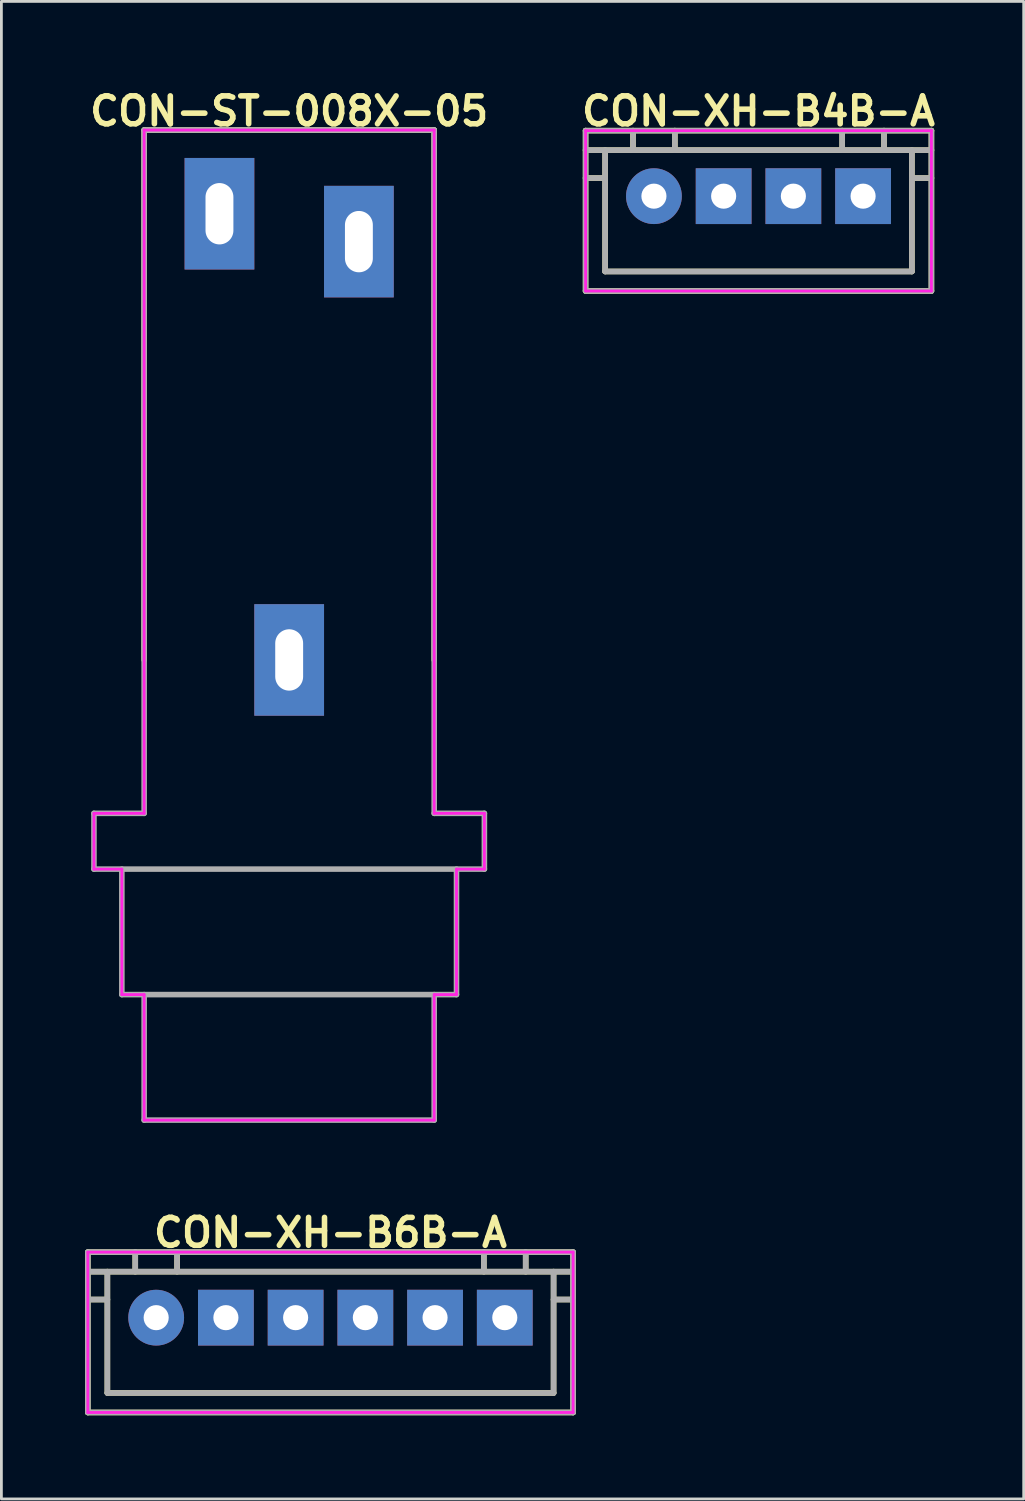
<source format=kicad_pcb>
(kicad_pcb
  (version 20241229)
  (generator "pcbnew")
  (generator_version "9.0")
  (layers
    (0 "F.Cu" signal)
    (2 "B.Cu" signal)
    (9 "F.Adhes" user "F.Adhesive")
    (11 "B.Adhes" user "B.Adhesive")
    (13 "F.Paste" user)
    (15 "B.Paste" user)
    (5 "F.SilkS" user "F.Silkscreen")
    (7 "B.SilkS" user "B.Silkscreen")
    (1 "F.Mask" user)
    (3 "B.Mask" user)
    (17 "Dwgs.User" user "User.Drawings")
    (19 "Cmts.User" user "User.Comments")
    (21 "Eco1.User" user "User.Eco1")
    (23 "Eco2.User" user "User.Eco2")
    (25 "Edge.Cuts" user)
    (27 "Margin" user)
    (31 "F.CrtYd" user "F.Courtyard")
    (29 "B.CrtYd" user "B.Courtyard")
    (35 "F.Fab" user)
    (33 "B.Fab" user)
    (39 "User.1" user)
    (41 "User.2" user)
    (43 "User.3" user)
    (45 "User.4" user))
  (footprint "CON-XH-B6B-A"
    (layer "F.Cu")
    (at 8.8 44.198)
    (property "Reference" "CON-XH-B6B-A" (at 0 -3.048 0) (layer "F.SilkS") (effects (font (size 1 1) (thickness 0.2))))
    (attr through_hole)
    (fp_line (start -8.7 -2.35) (end -8.7 3.4) (stroke (width 0.2) (type solid)) (layer "F.SilkS"))
    (fp_line (start -8.7 -2.35) (end 8.7 -2.35) (stroke (width 0.2) (type solid)) (layer "F.SilkS"))
    (fp_line (start -8.7 -1.65) (end 8.7 -1.65) (stroke (width 0.2) (type solid)) (layer "F.SilkS"))
    (fp_line (start -8.7 -0.65) (end -8 -0.65) (stroke (width 0.2) (type solid)) (layer "F.SilkS"))
    (fp_line (start -8.7 3.4) (end 8.7 3.4) (stroke (width 0.2) (type solid)) (layer "F.SilkS"))
    (fp_line (start -8 -1.65) (end -8 2.7) (stroke (width 0.2) (type solid)) (layer "F.SilkS"))
    (fp_line (start -8 2.7) (end 8 2.7) (stroke (width 0.2) (type solid)) (layer "F.SilkS"))
    (fp_line (start -7 -2.35) (end -7 -1.65) (stroke (width 0.2) (type solid)) (layer "F.SilkS"))
    (fp_line (start -5.5 -2.35) (end -5.5 -1.65) (stroke (width 0.2) (type solid)) (layer "F.SilkS"))
    (fp_line (start 5.5 -2.35) (end 5.5 -1.65) (stroke (width 0.2) (type solid)) (layer "F.SilkS"))
    (fp_line (start 7 -2.35) (end 7 -1.65) (stroke (width 0.2) (type solid)) (layer "F.SilkS"))
    (fp_line (start 8 -1.65) (end 8 2.7) (stroke (width 0.2) (type solid)) (layer "F.SilkS"))
    (fp_line (start 8 -0.65) (end 8.7 -0.65) (stroke (width 0.2) (type solid)) (layer "F.SilkS"))
    (fp_line (start 8.7 -2.35) (end 8.7 3.4) (stroke (width 0.2) (type solid)) (layer "F.SilkS"))
    (fp_line (start -8.7 -2.35) (end -8.7 3.4) (stroke (width 0.1) (type solid)) (layer "F.CrtYd"))
    (fp_line (start -8.7 -2.35) (end 8.7 -2.35) (stroke (width 0.1) (type solid)) (layer "F.CrtYd"))
    (fp_line (start -8.7 3.4) (end 8.7 3.4) (stroke (width 0.1) (type solid)) (layer "F.CrtYd"))
    (fp_line (start 8.7 -2.35) (end 8.7 3.4) (stroke (width 0.1) (type solid)) (layer "F.CrtYd"))
    (fp_line (start -8.7 -2.35) (end -8.7 3.4) (stroke (width 0.2) (type solid)) (layer "F.Fab"))
    (fp_line (start -8.7 -2.35) (end 8.7 -2.35) (stroke (width 0.2) (type solid)) (layer "F.Fab"))
    (fp_line (start -8.7 -1.65) (end 8.7 -1.65) (stroke (width 0.2) (type solid)) (layer "F.Fab"))
    (fp_line (start -8.7 -0.65) (end -8 -0.65) (stroke (width 0.2) (type solid)) (layer "F.Fab"))
    (fp_line (start -8.7 3.4) (end 8.7 3.4) (stroke (width 0.2) (type solid)) (layer "F.Fab"))
    (fp_line (start -8 -1.65) (end -8 2.7) (stroke (width 0.2) (type solid)) (layer "F.Fab"))
    (fp_line (start -8 2.7) (end 8 2.7) (stroke (width 0.2) (type solid)) (layer "F.Fab"))
    (fp_line (start -7 -2.35) (end -7 -1.65) (stroke (width 0.2) (type solid)) (layer "F.Fab"))
    (fp_line (start -5.5 -2.35) (end -5.5 -1.65) (stroke (width 0.2) (type solid)) (layer "F.Fab"))
    (fp_line (start 5.5 -2.35) (end 5.5 -1.65) (stroke (width 0.2) (type solid)) (layer "F.Fab"))
    (fp_line (start 7 -2.35) (end 7 -1.65) (stroke (width 0.2) (type solid)) (layer "F.Fab"))
    (fp_line (start 8 -1.65) (end 8 2.7) (stroke (width 0.2) (type solid)) (layer "F.Fab"))
    (fp_line (start 8 -0.65) (end 8.7 -0.65) (stroke (width 0.2) (type solid)) (layer "F.Fab"))
    (fp_line (start 8.7 -2.35) (end 8.7 3.4) (stroke (width 0.2) (type solid)) (layer "F.Fab"))
    (pad "1" thru_hole circle (at -6.25 0) (size 2 2) (drill 0.9) (layers "B.Cu" "B.Mask"))
    (pad "2" thru_hole rect (at -3.75 0) (size 2 2) (drill 0.9) (layers "B.Cu" "B.Mask"))
    (pad "3" thru_hole rect (at -1.25 0) (size 2 2) (drill 0.9) (layers "B.Cu" "B.Mask"))
    (pad "4" thru_hole rect (at 1.25 0) (size 2 2) (drill 0.9) (layers "B.Cu" "B.Mask"))
    (pad "5" thru_hole rect (at 3.75 0) (size 2 2) (drill 0.9) (layers "B.Cu" "B.Mask"))
    (pad "6" thru_hole rect (at 6.25 0) (size 2 2) (drill 0.9) (layers "B.Cu" "B.Mask")))
  (footprint "CON-ST-008X-05"
    (layer "F.Cu")
    (at 7.319 28.114)
    (property "Reference" "CON-ST-008X-05" (at 0 -27.178 0) (layer "F.SilkS") (effects (font (size 1 1) (thickness 0.2))))
    (attr through_hole)
    (fp_line (start -5.2 -26.5) (end -5.2 -7.5) (stroke (width 0.2) (type solid)) (layer "F.SilkS"))
    (fp_line (start -5.2 -26.5) (end 5.2 -26.5) (stroke (width 0.2) (type solid)) (layer "F.SilkS"))
    (fp_line (start 5.2 -26.5) (end 5.2 -7.5) (stroke (width 0.2) (type solid)) (layer "F.SilkS"))
    (fp_line (start -7 -2) (end -7 0) (stroke (width 0.1) (type solid)) (layer "F.CrtYd"))
    (fp_line (start -7 -2) (end -5.2 -2) (stroke (width 0.1) (type solid)) (layer "F.CrtYd"))
    (fp_line (start -7 0) (end -6 0) (stroke (width 0.1) (type solid)) (layer "F.CrtYd"))
    (fp_line (start -6 0) (end -6 4.5) (stroke (width 0.1) (type solid)) (layer "F.CrtYd"))
    (fp_line (start -6 4.5) (end -5.2 4.5) (stroke (width 0.1) (type solid)) (layer "F.CrtYd"))
    (fp_line (start -5.2 -26.5) (end -5.2 -2) (stroke (width 0.1) (type solid)) (layer "F.CrtYd"))
    (fp_line (start -5.2 -26.5) (end 5.2 -26.5) (stroke (width 0.1) (type solid)) (layer "F.CrtYd"))
    (fp_line (start -5.2 4.5) (end -5.2 9) (stroke (width 0.1) (type solid)) (layer "F.CrtYd"))
    (fp_line (start -5.2 9) (end 5.2 9) (stroke (width 0.1) (type solid)) (layer "F.CrtYd"))
    (fp_line (start 5.2 -26.5) (end 5.2 -2) (stroke (width 0.1) (type solid)) (layer "F.CrtYd"))
    (fp_line (start 5.2 -2) (end 7 -2) (stroke (width 0.1) (type solid)) (layer "F.CrtYd"))
    (fp_line (start 5.2 4.5) (end 5.2 9) (stroke (width 0.1) (type solid)) (layer "F.CrtYd"))
    (fp_line (start 5.2 4.5) (end 6 4.5) (stroke (width 0.1) (type solid)) (layer "F.CrtYd"))
    (fp_line (start 6 0) (end 6 4.5) (stroke (width 0.1) (type solid)) (layer "F.CrtYd"))
    (fp_line (start 6 0) (end 7 0) (stroke (width 0.1) (type solid)) (layer "F.CrtYd"))
    (fp_line (start 7 -2) (end 7 0) (stroke (width 0.1) (type solid)) (layer "F.CrtYd"))
    (fp_line (start -7 -2) (end -7 0) (stroke (width 0.2) (type solid)) (layer "F.Fab"))
    (fp_line (start -7 -2) (end -5.2 -2) (stroke (width 0.2) (type solid)) (layer "F.Fab"))
    (fp_line (start -7 0) (end 7 0) (stroke (width 0.2) (type solid)) (layer "F.Fab"))
    (fp_line (start -6 0) (end -6 4.5) (stroke (width 0.2) (type solid)) (layer "F.Fab"))
    (fp_line (start -6 4.5) (end 6 4.5) (stroke (width 0.2) (type solid)) (layer "F.Fab"))
    (fp_line (start -5.2 -26.5) (end -5.2 -2) (stroke (width 0.2) (type solid)) (layer "F.Fab"))
    (fp_line (start -5.2 -26.5) (end 5.2 -26.5) (stroke (width 0.2) (type solid)) (layer "F.Fab"))
    (fp_line (start -5.2 4.5) (end -5.2 9) (stroke (width 0.2) (type solid)) (layer "F.Fab"))
    (fp_line (start -5.2 9) (end 5.2 9) (stroke (width 0.2) (type solid)) (layer "F.Fab"))
    (fp_line (start 5.2 -26.5) (end 5.2 -2) (stroke (width 0.2) (type solid)) (layer "F.Fab"))
    (fp_line (start 5.2 -2) (end 7 -2) (stroke (width 0.2) (type solid)) (layer "F.Fab"))
    (fp_line (start 5.2 4.5) (end 5.2 9) (stroke (width 0.2) (type solid)) (layer "F.Fab"))
    (fp_line (start 6 0) (end 6 4.5) (stroke (width 0.2) (type solid)) (layer "F.Fab"))
    (fp_line (start 7 -2) (end 7 0) (stroke (width 0.2) (type solid)) (layer "F.Fab"))
    (pad "S" thru_hole rect (at 0 -7.5) (size 2.5 4) (drill oval 1 2.2) (layers "B.Cu" "B.Mask"))
    (pad "T" thru_hole rect (at 2.5 -22.5) (size 2.5 4) (drill oval 1 2.2) (layers "B.Cu" "B.Mask"))
    (pad "TN" thru_hole rect (at -2.5 -23.5) (size 2.5 4) (drill oval 1 2.2) (layers "B.Cu" "B.Mask")))
  (footprint "CON-XH-B4B-A"
    (layer "F.Cu")
    (at 24.148 3.984)
    (property "Reference" "CON-XH-B4B-A" (at 0 -3.048 0) (layer "F.SilkS") (effects (font (size 1 1) (thickness 0.2))))
    (attr through_hole)
    (fp_line (start -6.2 -2.35) (end -6.2 3.4) (stroke (width 0.2) (type solid)) (layer "F.SilkS"))
    (fp_line (start -6.2 -2.35) (end 6.2 -2.35) (stroke (width 0.2) (type solid)) (layer "F.SilkS"))
    (fp_line (start -6.2 -1.65) (end 6.2 -1.65) (stroke (width 0.2) (type solid)) (layer "F.SilkS"))
    (fp_line (start -6.2 -0.65) (end -5.5 -0.65) (stroke (width 0.2) (type solid)) (layer "F.SilkS"))
    (fp_line (start -6.2 3.4) (end 6.2 3.4) (stroke (width 0.2) (type solid)) (layer "F.SilkS"))
    (fp_line (start -5.5 -1.65) (end -5.5 2.7) (stroke (width 0.2) (type solid)) (layer "F.SilkS"))
    (fp_line (start -5.5 2.7) (end 5.5 2.7) (stroke (width 0.2) (type solid)) (layer "F.SilkS"))
    (fp_line (start -4.5 -2.35) (end -4.5 -1.65) (stroke (width 0.2) (type solid)) (layer "F.SilkS"))
    (fp_line (start -3 -2.35) (end -3 -1.65) (stroke (width 0.2) (type solid)) (layer "F.SilkS"))
    (fp_line (start 3 -2.35) (end 3 -1.65) (stroke (width 0.2) (type solid)) (layer "F.SilkS"))
    (fp_line (start 4.5 -2.35) (end 4.5 -1.65) (stroke (width 0.2) (type solid)) (layer "F.SilkS"))
    (fp_line (start 5.5 -1.65) (end 5.5 2.7) (stroke (width 0.2) (type solid)) (layer "F.SilkS"))
    (fp_line (start 5.5 -0.65) (end 6.2 -0.65) (stroke (width 0.2) (type solid)) (layer "F.SilkS"))
    (fp_line (start 6.2 -2.35) (end 6.2 3.4) (stroke (width 0.2) (type solid)) (layer "F.SilkS"))
    (fp_line (start -6.2 -2.35) (end -6.2 3.4) (stroke (width 0.1) (type solid)) (layer "F.CrtYd"))
    (fp_line (start -6.2 -2.35) (end 6.2 -2.35) (stroke (width 0.1) (type solid)) (layer "F.CrtYd"))
    (fp_line (start -6.2 3.4) (end 6.2 3.4) (stroke (width 0.1) (type solid)) (layer "F.CrtYd"))
    (fp_line (start 6.2 -2.35) (end 6.2 3.4) (stroke (width 0.1) (type solid)) (layer "F.CrtYd"))
    (fp_line (start -6.2 -2.35) (end -6.2 3.4) (stroke (width 0.2) (type solid)) (layer "F.Fab"))
    (fp_line (start -6.2 -2.35) (end 6.2 -2.35) (stroke (width 0.2) (type solid)) (layer "F.Fab"))
    (fp_line (start -6.2 -1.65) (end 6.2 -1.65) (stroke (width 0.2) (type solid)) (layer "F.Fab"))
    (fp_line (start -6.2 -0.65) (end -5.5 -0.65) (stroke (width 0.2) (type solid)) (layer "F.Fab"))
    (fp_line (start -6.2 3.4) (end 6.2 3.4) (stroke (width 0.2) (type solid)) (layer "F.Fab"))
    (fp_line (start -5.5 -1.65) (end -5.5 2.7) (stroke (width 0.2) (type solid)) (layer "F.Fab"))
    (fp_line (start -5.5 2.7) (end 5.5 2.7) (stroke (width 0.2) (type solid)) (layer "F.Fab"))
    (fp_line (start -4.5 -2.35) (end -4.5 -1.65) (stroke (width 0.2) (type solid)) (layer "F.Fab"))
    (fp_line (start -3 -2.35) (end -3 -1.65) (stroke (width 0.2) (type solid)) (layer "F.Fab"))
    (fp_line (start 3 -2.35) (end 3 -1.65) (stroke (width 0.2) (type solid)) (layer "F.Fab"))
    (fp_line (start 4.5 -2.35) (end 4.5 -1.65) (stroke (width 0.2) (type solid)) (layer "F.Fab"))
    (fp_line (start 5.5 -1.65) (end 5.5 2.7) (stroke (width 0.2) (type solid)) (layer "F.Fab"))
    (fp_line (start 5.5 -0.65) (end 6.2 -0.65) (stroke (width 0.2) (type solid)) (layer "F.Fab"))
    (fp_line (start 6.2 -2.35) (end 6.2 3.4) (stroke (width 0.2) (type solid)) (layer "F.Fab"))
    (pad "1" thru_hole circle (at -3.75 0) (size 2 2) (drill 0.9) (layers "B.Cu" "B.Mask"))
    (pad "2" thru_hole rect (at -1.25 0) (size 2 2) (drill 0.9) (layers "B.Cu" "B.Mask"))
    (pad "3" thru_hole rect (at 1.25 0) (size 2 2) (drill 0.9) (layers "B.Cu" "B.Mask"))
    (pad "4" thru_hole rect (at 3.75 0) (size 2 2) (drill 0.9) (layers "B.Cu" "B.Mask")))
  (gr_rect
    (start -3 -3)
    (end 33.657 50.698)
    (stroke (width 0.1) (type default))
    (fill no)
    (layer "Edge.Cuts")))
</source>
